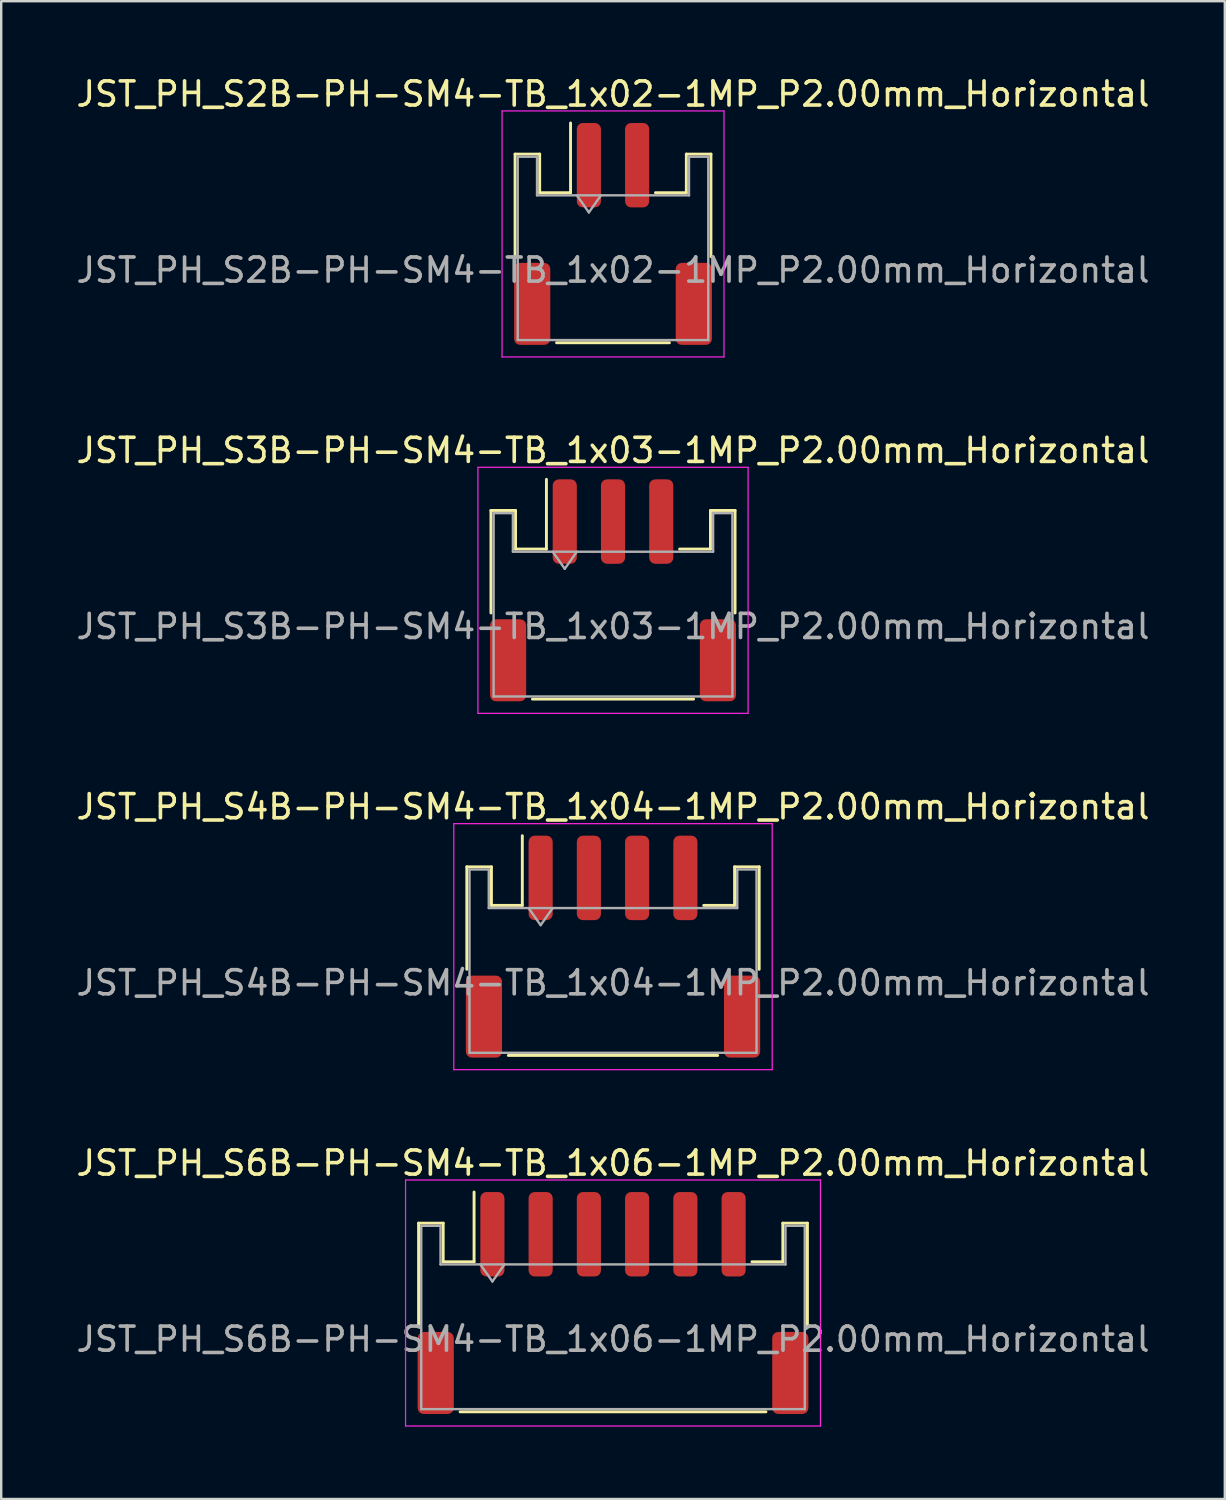
<source format=kicad_pcb>
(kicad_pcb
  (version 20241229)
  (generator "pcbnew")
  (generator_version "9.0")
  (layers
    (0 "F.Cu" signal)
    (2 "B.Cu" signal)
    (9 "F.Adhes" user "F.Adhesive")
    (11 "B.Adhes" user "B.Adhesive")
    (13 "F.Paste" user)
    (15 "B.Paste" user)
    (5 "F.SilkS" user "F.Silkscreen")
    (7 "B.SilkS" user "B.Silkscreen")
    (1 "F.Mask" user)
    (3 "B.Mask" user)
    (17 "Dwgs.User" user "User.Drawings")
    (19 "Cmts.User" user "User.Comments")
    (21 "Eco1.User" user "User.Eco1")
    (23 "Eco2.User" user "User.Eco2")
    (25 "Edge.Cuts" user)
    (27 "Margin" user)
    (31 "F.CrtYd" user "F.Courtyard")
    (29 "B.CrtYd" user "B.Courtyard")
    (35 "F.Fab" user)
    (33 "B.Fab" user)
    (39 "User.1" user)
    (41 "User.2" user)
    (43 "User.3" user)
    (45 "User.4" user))
  (footprint "JST_PH_S4B-PH-SM4-TB_1x04-1MP_P2.00mm_Horizontal"
    (layer "F.Cu")
    (at 22.363 36.195)
    (property "Reference" "JST_PH_S4B-PH-SM4-TB_1x04-1MP_P2.00mm_Horizontal" (at 0 -5.8 0) (layer "F.SilkS") (effects (font (size 1 1) (thickness 0.15))))
    (attr smd)
    (fp_line (start -6.06 -3.31) (end -5.04 -3.31) (stroke (width 0.12) (type solid)) (layer "F.SilkS"))
    (fp_line (start -6.06 0.94) (end -6.06 -3.31) (stroke (width 0.12) (type solid)) (layer "F.SilkS"))
    (fp_line (start -5.04 -3.31) (end -5.04 -1.71) (stroke (width 0.12) (type solid)) (layer "F.SilkS"))
    (fp_line (start -5.04 -1.71) (end -3.76 -1.71) (stroke (width 0.12) (type solid)) (layer "F.SilkS"))
    (fp_line (start -4.34 4.51) (end 4.34 4.51) (stroke (width 0.12) (type solid)) (layer "F.SilkS"))
    (fp_line (start -3.76 -1.71) (end -3.76 -4.6) (stroke (width 0.12) (type solid)) (layer "F.SilkS"))
    (fp_line (start 5.04 -3.31) (end 5.04 -1.71) (stroke (width 0.12) (type solid)) (layer "F.SilkS"))
    (fp_line (start 5.04 -1.71) (end 3.76 -1.71) (stroke (width 0.12) (type solid)) (layer "F.SilkS"))
    (fp_line (start 6.06 -3.31) (end 5.04 -3.31) (stroke (width 0.12) (type solid)) (layer "F.SilkS"))
    (fp_line (start 6.06 0.94) (end 6.06 -3.31) (stroke (width 0.12) (type solid)) (layer "F.SilkS"))
    (fp_line (start -6.6 -5.1) (end -6.6 5.1) (stroke (width 0.05) (type solid)) (layer "F.CrtYd"))
    (fp_line (start -6.6 5.1) (end 6.6 5.1) (stroke (width 0.05) (type solid)) (layer "F.CrtYd"))
    (fp_line (start 6.6 -5.1) (end -6.6 -5.1) (stroke (width 0.05) (type solid)) (layer "F.CrtYd"))
    (fp_line (start 6.6 5.1) (end 6.6 -5.1) (stroke (width 0.05) (type solid)) (layer "F.CrtYd"))
    (fp_line (start -5.95 -3.2) (end -5.95 4.4) (stroke (width 0.1) (type solid)) (layer "F.Fab"))
    (fp_line (start -5.95 -3.2) (end -5.15 -3.2) (stroke (width 0.1) (type solid)) (layer "F.Fab"))
    (fp_line (start -5.95 4.4) (end 5.95 4.4) (stroke (width 0.1) (type solid)) (layer "F.Fab"))
    (fp_line (start -5.15 -3.2) (end -5.15 -1.6) (stroke (width 0.1) (type solid)) (layer "F.Fab"))
    (fp_line (start -5.15 -1.6) (end 5.15 -1.6) (stroke (width 0.1) (type solid)) (layer "F.Fab"))
    (fp_line (start -3.5 -1.6) (end -3 -0.893) (stroke (width 0.1) (type solid)) (layer "F.Fab"))
    (fp_line (start -3 -0.893) (end -2.5 -1.6) (stroke (width 0.1) (type solid)) (layer "F.Fab"))
    (fp_line (start 5.15 -3.2) (end 5.95 -3.2) (stroke (width 0.1) (type solid)) (layer "F.Fab"))
    (fp_line (start 5.15 -1.6) (end 5.15 -3.2) (stroke (width 0.1) (type solid)) (layer "F.Fab"))
    (fp_line (start 5.95 -3.2) (end 5.95 4.4) (stroke (width 0.1) (type solid)) (layer "F.Fab"))
    (fp_text user "${REFERENCE}" (at 0 1.5 0) (layer "F.Fab") (effects (font (size 1 1) (thickness 0.15))))
    (pad "1" smd roundrect (at -3 -2.85) (size 1 3.5) (layers "F.Cu" "F.Mask" "F.Paste") (roundrect_rratio 0.25))
    (pad "2" smd roundrect (at -1 -2.85) (size 1 3.5) (layers "F.Cu" "F.Mask" "F.Paste") (roundrect_rratio 0.25))
    (pad "3" smd roundrect (at 1 -2.85) (size 1 3.5) (layers "F.Cu" "F.Mask" "F.Paste") (roundrect_rratio 0.25))
    (pad "4" smd roundrect (at 3 -2.85) (size 1 3.5) (layers "F.Cu" "F.Mask" "F.Paste") (roundrect_rratio 0.25))
    (pad "MP" smd roundrect (at -5.35 2.9) (size 1.5 3.4) (layers "F.Cu" "F.Mask" "F.Paste") (roundrect_rratio 0.167))
    (pad "MP" smd roundrect (at 5.35 2.9) (size 1.5 3.4) (layers "F.Cu" "F.Mask" "F.Paste") (roundrect_rratio 0.167)))
  (footprint "JST_PH_S3B-PH-SM4-TB_1x03-1MP_P2.00mm_Horizontal"
    (layer "F.Cu")
    (at 22.363 21.422)
    (property "Reference" "JST_PH_S3B-PH-SM4-TB_1x03-1MP_P2.00mm_Horizontal" (at 0 -5.8 0) (layer "F.SilkS") (effects (font (size 1 1) (thickness 0.15))))
    (attr smd)
    (fp_line (start -5.06 -3.31) (end -4.04 -3.31) (stroke (width 0.12) (type solid)) (layer "F.SilkS"))
    (fp_line (start -5.06 0.94) (end -5.06 -3.31) (stroke (width 0.12) (type solid)) (layer "F.SilkS"))
    (fp_line (start -4.04 -3.31) (end -4.04 -1.71) (stroke (width 0.12) (type solid)) (layer "F.SilkS"))
    (fp_line (start -4.04 -1.71) (end -2.76 -1.71) (stroke (width 0.12) (type solid)) (layer "F.SilkS"))
    (fp_line (start -3.34 4.51) (end 3.34 4.51) (stroke (width 0.12) (type solid)) (layer "F.SilkS"))
    (fp_line (start -2.76 -1.71) (end -2.76 -4.6) (stroke (width 0.12) (type solid)) (layer "F.SilkS"))
    (fp_line (start 4.04 -3.31) (end 4.04 -1.71) (stroke (width 0.12) (type solid)) (layer "F.SilkS"))
    (fp_line (start 4.04 -1.71) (end 2.76 -1.71) (stroke (width 0.12) (type solid)) (layer "F.SilkS"))
    (fp_line (start 5.06 -3.31) (end 4.04 -3.31) (stroke (width 0.12) (type solid)) (layer "F.SilkS"))
    (fp_line (start 5.06 0.94) (end 5.06 -3.31) (stroke (width 0.12) (type solid)) (layer "F.SilkS"))
    (fp_line (start -5.6 -5.1) (end -5.6 5.1) (stroke (width 0.05) (type solid)) (layer "F.CrtYd"))
    (fp_line (start -5.6 5.1) (end 5.6 5.1) (stroke (width 0.05) (type solid)) (layer "F.CrtYd"))
    (fp_line (start 5.6 -5.1) (end -5.6 -5.1) (stroke (width 0.05) (type solid)) (layer "F.CrtYd"))
    (fp_line (start 5.6 5.1) (end 5.6 -5.1) (stroke (width 0.05) (type solid)) (layer "F.CrtYd"))
    (fp_line (start -4.95 -3.2) (end -4.95 4.4) (stroke (width 0.1) (type solid)) (layer "F.Fab"))
    (fp_line (start -4.95 -3.2) (end -4.15 -3.2) (stroke (width 0.1) (type solid)) (layer "F.Fab"))
    (fp_line (start -4.95 4.4) (end 4.95 4.4) (stroke (width 0.1) (type solid)) (layer "F.Fab"))
    (fp_line (start -4.15 -3.2) (end -4.15 -1.6) (stroke (width 0.1) (type solid)) (layer "F.Fab"))
    (fp_line (start -4.15 -1.6) (end 4.15 -1.6) (stroke (width 0.1) (type solid)) (layer "F.Fab"))
    (fp_line (start -2.5 -1.6) (end -2 -0.893) (stroke (width 0.1) (type solid)) (layer "F.Fab"))
    (fp_line (start -2 -0.893) (end -1.5 -1.6) (stroke (width 0.1) (type solid)) (layer "F.Fab"))
    (fp_line (start 4.15 -3.2) (end 4.95 -3.2) (stroke (width 0.1) (type solid)) (layer "F.Fab"))
    (fp_line (start 4.15 -1.6) (end 4.15 -3.2) (stroke (width 0.1) (type solid)) (layer "F.Fab"))
    (fp_line (start 4.95 -3.2) (end 4.95 4.4) (stroke (width 0.1) (type solid)) (layer "F.Fab"))
    (fp_text user "${REFERENCE}" (at 0 1.5 0) (layer "F.Fab") (effects (font (size 1 1) (thickness 0.15))))
    (pad "1" smd roundrect (at -2 -2.85) (size 1 3.5) (layers "F.Cu" "F.Mask" "F.Paste") (roundrect_rratio 0.25))
    (pad "2" smd roundrect (at 0 -2.85) (size 1 3.5) (layers "F.Cu" "F.Mask" "F.Paste") (roundrect_rratio 0.25))
    (pad "3" smd roundrect (at 2 -2.85) (size 1 3.5) (layers "F.Cu" "F.Mask" "F.Paste") (roundrect_rratio 0.25))
    (pad "MP" smd roundrect (at -4.35 2.9) (size 1.5 3.4) (layers "F.Cu" "F.Mask" "F.Paste") (roundrect_rratio 0.167))
    (pad "MP" smd roundrect (at 4.35 2.9) (size 1.5 3.4) (layers "F.Cu" "F.Mask" "F.Paste") (roundrect_rratio 0.167)))
  (footprint "JST_PH_S6B-PH-SM4-TB_1x06-1MP_P2.00mm_Horizontal"
    (layer "F.Cu")
    (at 22.363 50.968)
    (property "Reference" "JST_PH_S6B-PH-SM4-TB_1x06-1MP_P2.00mm_Horizontal" (at 0 -5.8 0) (layer "F.SilkS") (effects (font (size 1 1) (thickness 0.15))))
    (attr smd)
    (fp_line (start -8.06 -3.31) (end -7.04 -3.31) (stroke (width 0.12) (type solid)) (layer "F.SilkS"))
    (fp_line (start -8.06 0.94) (end -8.06 -3.31) (stroke (width 0.12) (type solid)) (layer "F.SilkS"))
    (fp_line (start -7.04 -3.31) (end -7.04 -1.71) (stroke (width 0.12) (type solid)) (layer "F.SilkS"))
    (fp_line (start -7.04 -1.71) (end -5.76 -1.71) (stroke (width 0.12) (type solid)) (layer "F.SilkS"))
    (fp_line (start -6.34 4.51) (end 6.34 4.51) (stroke (width 0.12) (type solid)) (layer "F.SilkS"))
    (fp_line (start -5.76 -1.71) (end -5.76 -4.6) (stroke (width 0.12) (type solid)) (layer "F.SilkS"))
    (fp_line (start 7.04 -3.31) (end 7.04 -1.71) (stroke (width 0.12) (type solid)) (layer "F.SilkS"))
    (fp_line (start 7.04 -1.71) (end 5.76 -1.71) (stroke (width 0.12) (type solid)) (layer "F.SilkS"))
    (fp_line (start 8.06 -3.31) (end 7.04 -3.31) (stroke (width 0.12) (type solid)) (layer "F.SilkS"))
    (fp_line (start 8.06 0.94) (end 8.06 -3.31) (stroke (width 0.12) (type solid)) (layer "F.SilkS"))
    (fp_line (start -8.6 -5.1) (end -8.6 5.1) (stroke (width 0.05) (type solid)) (layer "F.CrtYd"))
    (fp_line (start -8.6 5.1) (end 8.6 5.1) (stroke (width 0.05) (type solid)) (layer "F.CrtYd"))
    (fp_line (start 8.6 -5.1) (end -8.6 -5.1) (stroke (width 0.05) (type solid)) (layer "F.CrtYd"))
    (fp_line (start 8.6 5.1) (end 8.6 -5.1) (stroke (width 0.05) (type solid)) (layer "F.CrtYd"))
    (fp_line (start -7.95 -3.2) (end -7.95 4.4) (stroke (width 0.1) (type solid)) (layer "F.Fab"))
    (fp_line (start -7.95 -3.2) (end -7.15 -3.2) (stroke (width 0.1) (type solid)) (layer "F.Fab"))
    (fp_line (start -7.95 4.4) (end 7.95 4.4) (stroke (width 0.1) (type solid)) (layer "F.Fab"))
    (fp_line (start -7.15 -3.2) (end -7.15 -1.6) (stroke (width 0.1) (type solid)) (layer "F.Fab"))
    (fp_line (start -7.15 -1.6) (end 7.15 -1.6) (stroke (width 0.1) (type solid)) (layer "F.Fab"))
    (fp_line (start -5.5 -1.6) (end -5 -0.893) (stroke (width 0.1) (type solid)) (layer "F.Fab"))
    (fp_line (start -5 -0.893) (end -4.5 -1.6) (stroke (width 0.1) (type solid)) (layer "F.Fab"))
    (fp_line (start 7.15 -3.2) (end 7.95 -3.2) (stroke (width 0.1) (type solid)) (layer "F.Fab"))
    (fp_line (start 7.15 -1.6) (end 7.15 -3.2) (stroke (width 0.1) (type solid)) (layer "F.Fab"))
    (fp_line (start 7.95 -3.2) (end 7.95 4.4) (stroke (width 0.1) (type solid)) (layer "F.Fab"))
    (fp_text user "${REFERENCE}" (at 0 1.5 0) (layer "F.Fab") (effects (font (size 1 1) (thickness 0.15))))
    (pad "1" smd roundrect (at -5 -2.85) (size 1 3.5) (layers "F.Cu" "F.Mask" "F.Paste") (roundrect_rratio 0.25))
    (pad "2" smd roundrect (at -3 -2.85) (size 1 3.5) (layers "F.Cu" "F.Mask" "F.Paste") (roundrect_rratio 0.25))
    (pad "3" smd roundrect (at -1 -2.85) (size 1 3.5) (layers "F.Cu" "F.Mask" "F.Paste") (roundrect_rratio 0.25))
    (pad "4" smd roundrect (at 1 -2.85) (size 1 3.5) (layers "F.Cu" "F.Mask" "F.Paste") (roundrect_rratio 0.25))
    (pad "5" smd roundrect (at 3 -2.85) (size 1 3.5) (layers "F.Cu" "F.Mask" "F.Paste") (roundrect_rratio 0.25))
    (pad "6" smd roundrect (at 5 -2.85) (size 1 3.5) (layers "F.Cu" "F.Mask" "F.Paste") (roundrect_rratio 0.25))
    (pad "MP" smd roundrect (at -7.35 2.9) (size 1.5 3.4) (layers "F.Cu" "F.Mask" "F.Paste") (roundrect_rratio 0.167))
    (pad "MP" smd roundrect (at 7.35 2.9) (size 1.5 3.4) (layers "F.Cu" "F.Mask" "F.Paste") (roundrect_rratio 0.167)))
  (footprint "JST_PH_S2B-PH-SM4-TB_1x02-1MP_P2.00mm_Horizontal"
    (layer "F.Cu")
    (at 22.363 6.648)
    (property "Reference" "JST_PH_S2B-PH-SM4-TB_1x02-1MP_P2.00mm_Horizontal" (at 0 -5.8 0) (layer "F.SilkS") (effects (font (size 1 1) (thickness 0.15))))
    (attr smd)
    (fp_line (start -4.06 -3.31) (end -3.04 -3.31) (stroke (width 0.12) (type solid)) (layer "F.SilkS"))
    (fp_line (start -4.06 0.94) (end -4.06 -3.31) (stroke (width 0.12) (type solid)) (layer "F.SilkS"))
    (fp_line (start -3.04 -3.31) (end -3.04 -1.71) (stroke (width 0.12) (type solid)) (layer "F.SilkS"))
    (fp_line (start -3.04 -1.71) (end -1.76 -1.71) (stroke (width 0.12) (type solid)) (layer "F.SilkS"))
    (fp_line (start -2.34 4.51) (end 2.34 4.51) (stroke (width 0.12) (type solid)) (layer "F.SilkS"))
    (fp_line (start -1.76 -1.71) (end -1.76 -4.6) (stroke (width 0.12) (type solid)) (layer "F.SilkS"))
    (fp_line (start 3.04 -3.31) (end 3.04 -1.71) (stroke (width 0.12) (type solid)) (layer "F.SilkS"))
    (fp_line (start 3.04 -1.71) (end 1.76 -1.71) (stroke (width 0.12) (type solid)) (layer "F.SilkS"))
    (fp_line (start 4.06 -3.31) (end 3.04 -3.31) (stroke (width 0.12) (type solid)) (layer "F.SilkS"))
    (fp_line (start 4.06 0.94) (end 4.06 -3.31) (stroke (width 0.12) (type solid)) (layer "F.SilkS"))
    (fp_line (start -4.6 -5.1) (end -4.6 5.1) (stroke (width 0.05) (type solid)) (layer "F.CrtYd"))
    (fp_line (start -4.6 5.1) (end 4.6 5.1) (stroke (width 0.05) (type solid)) (layer "F.CrtYd"))
    (fp_line (start 4.6 -5.1) (end -4.6 -5.1) (stroke (width 0.05) (type solid)) (layer "F.CrtYd"))
    (fp_line (start 4.6 5.1) (end 4.6 -5.1) (stroke (width 0.05) (type solid)) (layer "F.CrtYd"))
    (fp_line (start -3.95 -3.2) (end -3.95 4.4) (stroke (width 0.1) (type solid)) (layer "F.Fab"))
    (fp_line (start -3.95 -3.2) (end -3.15 -3.2) (stroke (width 0.1) (type solid)) (layer "F.Fab"))
    (fp_line (start -3.95 4.4) (end 3.95 4.4) (stroke (width 0.1) (type solid)) (layer "F.Fab"))
    (fp_line (start -3.15 -3.2) (end -3.15 -1.6) (stroke (width 0.1) (type solid)) (layer "F.Fab"))
    (fp_line (start -3.15 -1.6) (end 3.15 -1.6) (stroke (width 0.1) (type solid)) (layer "F.Fab"))
    (fp_line (start -1.5 -1.6) (end -1 -0.893) (stroke (width 0.1) (type solid)) (layer "F.Fab"))
    (fp_line (start -1 -0.893) (end -0.5 -1.6) (stroke (width 0.1) (type solid)) (layer "F.Fab"))
    (fp_line (start 3.15 -3.2) (end 3.95 -3.2) (stroke (width 0.1) (type solid)) (layer "F.Fab"))
    (fp_line (start 3.15 -1.6) (end 3.15 -3.2) (stroke (width 0.1) (type solid)) (layer "F.Fab"))
    (fp_line (start 3.95 -3.2) (end 3.95 4.4) (stroke (width 0.1) (type solid)) (layer "F.Fab"))
    (fp_text user "${REFERENCE}" (at 0 1.5 0) (layer "F.Fab") (effects (font (size 1 1) (thickness 0.15))))
    (pad "1" smd roundrect (at -1 -2.85) (size 1 3.5) (layers "F.Cu" "F.Mask" "F.Paste") (roundrect_rratio 0.25))
    (pad "2" smd roundrect (at 1 -2.85) (size 1 3.5) (layers "F.Cu" "F.Mask" "F.Paste") (roundrect_rratio 0.25))
    (pad "MP" smd roundrect (at -3.35 2.9) (size 1.5 3.4) (layers "F.Cu" "F.Mask" "F.Paste") (roundrect_rratio 0.167))
    (pad "MP" smd roundrect (at 3.35 2.9) (size 1.5 3.4) (layers "F.Cu" "F.Mask" "F.Paste") (roundrect_rratio 0.167)))
  (gr_rect
    (start -3 -3)
    (end 47.726 59.093)
    (stroke (width 0.1) (type default))
    (fill no)
    (layer "Edge.Cuts")))
</source>
